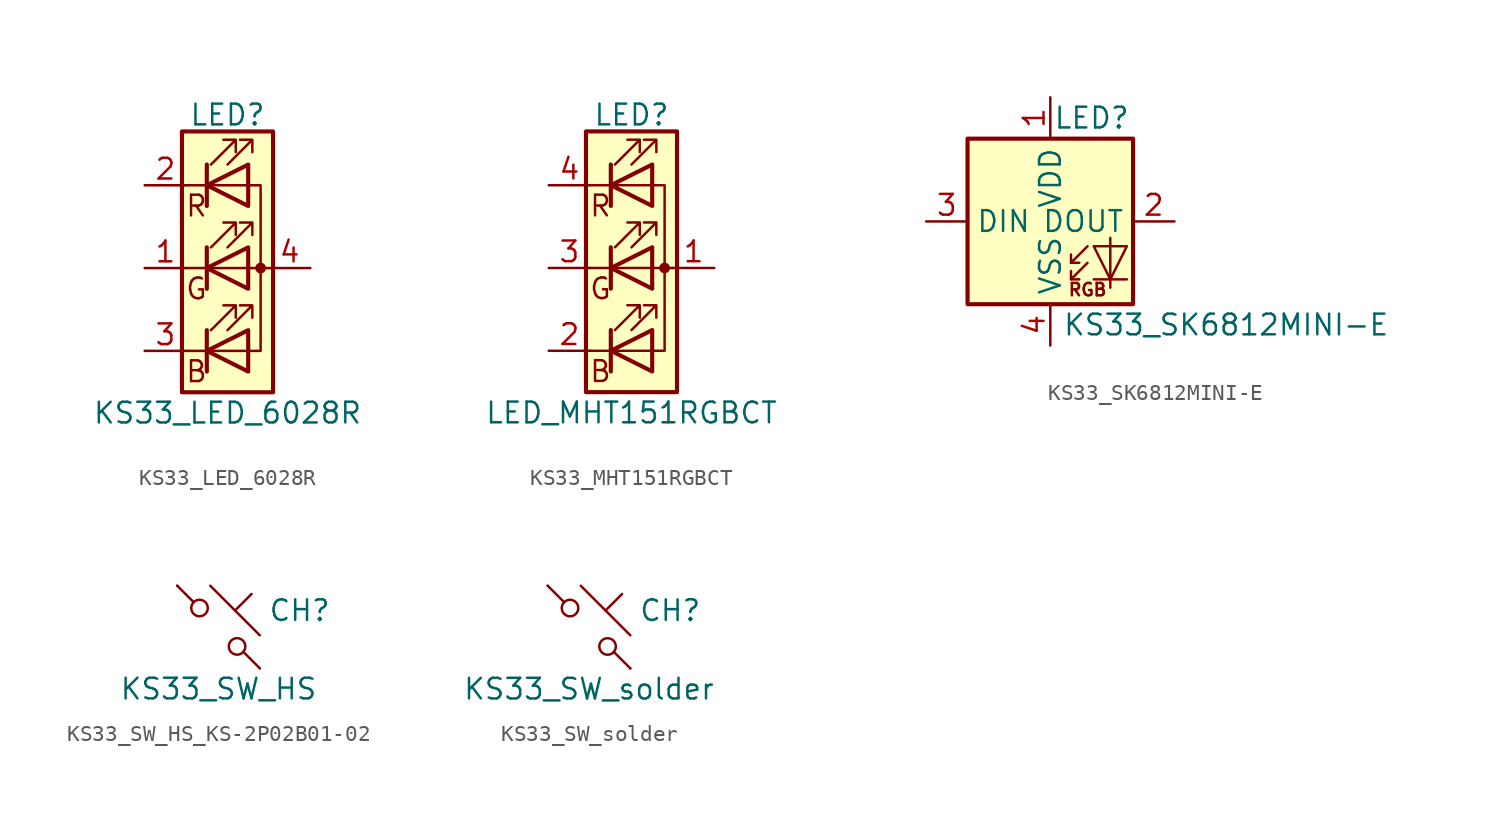
<source format=kicad_sym>
(kicad_symbol_lib
  (version 20220914)
  (generator kicad_symbol_editor)
  (symbol "KS33_LED_6028R"
    (pin_names
      (offset 0) hide)
    (property "Reference" "LED"
      (at 0 9.398 0)
      (effects (font (size 1.27 1.27))))
    (property "Value" "KS33_LED_6028R"
      (at 0 -8.89 0)
      (effects (font (size 1.27 1.27))))
    (symbol "KS33_LED_6028R_0_0"
      (text "B" (at -1.905 -6.35 0) (effects (font (size 1.27 1.27))))
      (text "G" (at -1.905 -1.27 0) (effects (font (size 1.27 1.27))))
      (text "R" (at -1.905 3.81 0) (effects (font (size 1.27 1.27)))))
    (symbol "KS33_LED_6028R_0_1"
      (polyline (pts (xy -1.27 -5.08) (xy -2.54 -5.08)) (stroke (width 0) (type default)) (fill (type none)))
      (polyline (pts (xy -1.27 -5.08) (xy 1.27 -5.08)) (stroke (width 0) (type default)) (fill (type none)))
      (polyline (pts (xy -1.27 -3.81) (xy -1.27 -6.35)) (stroke (width 0.254) (type default)) (fill (type none)))
      (polyline (pts (xy -1.27 0) (xy -2.54 0)) (stroke (width 0) (type default)) (fill (type none)))
      (polyline (pts (xy -1.27 1.27) (xy -1.27 -1.27)) (stroke (width 0.254) (type default)) (fill (type none)))
      (polyline (pts (xy -1.27 5.08) (xy -2.54 5.08)) (stroke (width 0) (type default)) (fill (type none)))
      (polyline (pts (xy -1.27 5.08) (xy 1.27 5.08)) (stroke (width 0) (type default)) (fill (type none)))
      (polyline (pts (xy -1.27 6.35) (xy -1.27 3.81)) (stroke (width 0.254) (type default)) (fill (type none)))
      (polyline (pts (xy 1.27 0) (xy -1.27 0)) (stroke (width 0) (type default)) (fill (type none)))
      (polyline (pts (xy 1.27 0) (xy 2.54 0)) (stroke (width 0) (type default)) (fill (type none)))
      (polyline (pts (xy -1.27 1.27) (xy -1.27 -1.27) (xy -1.27 -1.27)) (stroke (width 0) (type default)) (fill (type none)))
      (polyline (pts (xy -1.27 6.35) (xy -1.27 3.81) (xy -1.27 3.81)) (stroke (width 0) (type default)) (fill (type none)))
      (polyline (pts (xy 1.27 -5.08) (xy 2.032 -5.08) (xy 2.032 5.08) (xy 1.27 5.08)) (stroke (width 0) (type default)) (fill (type none)))
      (polyline (pts (xy 1.27 -3.81) (xy 1.27 -6.35) (xy -1.27 -5.08) (xy 1.27 -3.81)) (stroke (width 0.254) (type default)) (fill (type none)))
      (polyline (pts (xy 1.27 1.27) (xy 1.27 -1.27) (xy -1.27 0) (xy 1.27 1.27)) (stroke (width 0.254) (type default)) (fill (type none)))
      (polyline (pts (xy 1.27 6.35) (xy 1.27 3.81) (xy -1.27 5.08) (xy 1.27 6.35)) (stroke (width 0.254) (type default)) (fill (type none)))
      (polyline (pts (xy -1.016 -3.81) (xy 0.508 -2.286) (xy -0.254 -2.286) (xy 0.508 -2.286) (xy 0.508 -3.048)) (stroke (width 0) (type default)) (fill (type none)))
      (polyline (pts (xy -1.016 1.27) (xy 0.508 2.794) (xy -0.254 2.794) (xy 0.508 2.794) (xy 0.508 2.032)) (stroke (width 0) (type default)) (fill (type none)))
      (polyline (pts (xy -1.016 6.35) (xy 0.508 7.874) (xy -0.254 7.874) (xy 0.508 7.874) (xy 0.508 7.112)) (stroke (width 0) (type default)) (fill (type none)))
      (polyline (pts (xy 0 -3.81) (xy 1.524 -2.286) (xy 0.762 -2.286) (xy 1.524 -2.286) (xy 1.524 -3.048)) (stroke (width 0) (type default)) (fill (type none)))
      (polyline (pts (xy 0 1.27) (xy 1.524 2.794) (xy 0.762 2.794) (xy 1.524 2.794) (xy 1.524 2.032)) (stroke (width 0) (type default)) (fill (type none)))
      (polyline (pts (xy 0 6.35) (xy 1.524 7.874) (xy 0.762 7.874) (xy 1.524 7.874) (xy 1.524 7.112)) (stroke (width 0) (type default)) (fill (type none)))
      (rectangle (start 1.27 -1.27) (end 1.27 1.27) (stroke (width 0) (type default)) (fill (type none)))
      (rectangle (start 1.27 1.27) (end 1.27 1.27) (stroke (width 0) (type default)) (fill (type none)))
      (rectangle (start 1.27 3.81) (end 1.27 6.35) (stroke (width 0) (type default)) (fill (type none)))
      (rectangle (start 1.27 6.35) (end 1.27 6.35) (stroke (width 0) (type default)) (fill (type none)))
      (circle (center 2.032 0) (radius 0.254) (stroke (width 0) (type default)) (fill (type outline)))
      (rectangle (start 2.794 8.382) (end -2.794 -7.62) (stroke (width 0.254) (type default)) (fill (type background))))
    (symbol "KS33_LED_6028R_1_1"
      (pin passive line (at -5.08 0 0) (length 2.54) (name "GK" (effects (font (size 1.27 1.27)))) (number "1" (effects (font (size 1.27 1.27)))))
      (pin passive line (at -5.08 5.08 0) (length 2.54) (name "RK" (effects (font (size 1.27 1.27)))) (number "2" (effects (font (size 1.27 1.27)))))
      (pin passive line (at -5.08 -5.08 0) (length 2.54) (name "BK" (effects (font (size 1.27 1.27)))) (number "3" (effects (font (size 1.27 1.27)))))
      (pin passive line (at 5.08 0 180) (length 2.54) (name "A" (effects (font (size 1.27 1.27)))) (number "4" (effects (font (size 1.27 1.27)))))))
  (symbol "KS33_MHT151RGBCT"
    (pin_names
      (offset 0) hide)
    (property "Reference" "LED"
      (at 0 9.398 0)
      (effects (font (size 1.27 1.27))))
    (property "Value" "LED_MHT151RGBCT"
      (at 0 -8.89 0)
      (effects (font (size 1.27 1.27))))
    (symbol "KS33_MHT151RGBCT_0_0"
      (text "B" (at -1.905 -6.35 0) (effects (font (size 1.27 1.27))))
      (text "G" (at -1.905 -1.27 0) (effects (font (size 1.27 1.27))))
      (text "R" (at -1.905 3.81 0) (effects (font (size 1.27 1.27)))))
    (symbol "KS33_MHT151RGBCT_0_1"
      (polyline (pts (xy -1.27 -5.08) (xy -2.54 -5.08)) (stroke (width 0) (type default)) (fill (type none)))
      (polyline (pts (xy -1.27 -5.08) (xy 1.27 -5.08)) (stroke (width 0) (type default)) (fill (type none)))
      (polyline (pts (xy -1.27 -3.81) (xy -1.27 -6.35)) (stroke (width 0.254) (type default)) (fill (type none)))
      (polyline (pts (xy -1.27 0) (xy -2.54 0)) (stroke (width 0) (type default)) (fill (type none)))
      (polyline (pts (xy -1.27 1.27) (xy -1.27 -1.27)) (stroke (width 0.254) (type default)) (fill (type none)))
      (polyline (pts (xy -1.27 5.08) (xy -2.54 5.08)) (stroke (width 0) (type default)) (fill (type none)))
      (polyline (pts (xy -1.27 5.08) (xy 1.27 5.08)) (stroke (width 0) (type default)) (fill (type none)))
      (polyline (pts (xy -1.27 6.35) (xy -1.27 3.81)) (stroke (width 0.254) (type default)) (fill (type none)))
      (polyline (pts (xy 1.27 0) (xy -1.27 0)) (stroke (width 0) (type default)) (fill (type none)))
      (polyline (pts (xy 1.27 0) (xy 2.54 0)) (stroke (width 0) (type default)) (fill (type none)))
      (polyline (pts (xy -1.27 1.27) (xy -1.27 -1.27) (xy -1.27 -1.27)) (stroke (width 0) (type default)) (fill (type none)))
      (polyline (pts (xy -1.27 6.35) (xy -1.27 3.81) (xy -1.27 3.81)) (stroke (width 0) (type default)) (fill (type none)))
      (polyline (pts (xy 1.27 -5.08) (xy 2.032 -5.08) (xy 2.032 5.08) (xy 1.27 5.08)) (stroke (width 0) (type default)) (fill (type none)))
      (polyline (pts (xy 1.27 -3.81) (xy 1.27 -6.35) (xy -1.27 -5.08) (xy 1.27 -3.81)) (stroke (width 0.254) (type default)) (fill (type none)))
      (polyline (pts (xy 1.27 1.27) (xy 1.27 -1.27) (xy -1.27 0) (xy 1.27 1.27)) (stroke (width 0.254) (type default)) (fill (type none)))
      (polyline (pts (xy 1.27 6.35) (xy 1.27 3.81) (xy -1.27 5.08) (xy 1.27 6.35)) (stroke (width 0.254) (type default)) (fill (type none)))
      (polyline (pts (xy -1.016 -3.81) (xy 0.508 -2.286) (xy -0.254 -2.286) (xy 0.508 -2.286) (xy 0.508 -3.048)) (stroke (width 0) (type default)) (fill (type none)))
      (polyline (pts (xy -1.016 1.27) (xy 0.508 2.794) (xy -0.254 2.794) (xy 0.508 2.794) (xy 0.508 2.032)) (stroke (width 0) (type default)) (fill (type none)))
      (polyline (pts (xy -1.016 6.35) (xy 0.508 7.874) (xy -0.254 7.874) (xy 0.508 7.874) (xy 0.508 7.112)) (stroke (width 0) (type default)) (fill (type none)))
      (polyline (pts (xy 0 -3.81) (xy 1.524 -2.286) (xy 0.762 -2.286) (xy 1.524 -2.286) (xy 1.524 -3.048)) (stroke (width 0) (type default)) (fill (type none)))
      (polyline (pts (xy 0 1.27) (xy 1.524 2.794) (xy 0.762 2.794) (xy 1.524 2.794) (xy 1.524 2.032)) (stroke (width 0) (type default)) (fill (type none)))
      (polyline (pts (xy 0 6.35) (xy 1.524 7.874) (xy 0.762 7.874) (xy 1.524 7.874) (xy 1.524 7.112)) (stroke (width 0) (type default)) (fill (type none)))
      (rectangle (start 1.27 -1.27) (end 1.27 1.27) (stroke (width 0) (type default)) (fill (type none)))
      (rectangle (start 1.27 1.27) (end 1.27 1.27) (stroke (width 0) (type default)) (fill (type none)))
      (rectangle (start 1.27 3.81) (end 1.27 6.35) (stroke (width 0) (type default)) (fill (type none)))
      (rectangle (start 1.27 6.35) (end 1.27 6.35) (stroke (width 0) (type default)) (fill (type none)))
      (circle (center 2.032 0) (radius 0.254) (stroke (width 0) (type default)) (fill (type outline)))
      (rectangle (start 2.794 8.382) (end -2.794 -7.62) (stroke (width 0.254) (type default)) (fill (type background))))
    (symbol "KS33_MHT151RGBCT_1_1"
      (pin passive line (at 5.08 0 180) (length 2.54) (name "A" (effects (font (size 1.27 1.27)))) (number "1" (effects (font (size 1.27 1.27)))))
      (pin passive line (at -5.08 -5.08 0) (length 2.54) (name "BK" (effects (font (size 1.27 1.27)))) (number "2" (effects (font (size 1.27 1.27)))))
      (pin passive line (at -5.08 0 0) (length 2.54) (name "GK" (effects (font (size 1.27 1.27)))) (number "3" (effects (font (size 1.27 1.27)))))
      (pin passive line (at -5.08 5.08 0) (length 2.54) (name "RK" (effects (font (size 1.27 1.27)))) (number "4" (effects (font (size 1.27 1.27)))))))
  (symbol "KS33_SK6812MINI-E"
    (property "Reference" "LED"
      (at 2.54 6.35 0)
      (effects (font (size 1.27 1.27))))
    (property "Value" "KS33_SK6812MINI-E"
      (at 10.795 -6.35 0)
      (effects (font (size 1.27 1.27))))
    (symbol "KS33_SK6812MINI-E_0_0"
      (text "RGB" (at 2.286 -4.191 0) (effects (font (size 0.762 0.762)))))
    (symbol "KS33_SK6812MINI-E_0_1"
      (rectangle (start -5.08 5.08) (end 5.08 -5.08) (stroke (width 0.254) (type default)) (fill (type background)))
      (polyline (pts (xy 1.27 -3.556) (xy 1.778 -3.556)) (stroke (width 0) (type default)) (fill (type none)))
      (polyline (pts (xy 1.27 -2.54) (xy 1.778 -2.54)) (stroke (width 0) (type default)) (fill (type none)))
      (polyline (pts (xy 4.699 -3.556) (xy 2.667 -3.556)) (stroke (width 0) (type default)) (fill (type none)))
      (polyline (pts (xy 2.286 -2.54) (xy 1.27 -3.556) (xy 1.27 -3.048)) (stroke (width 0) (type default)) (fill (type none)))
      (polyline (pts (xy 2.286 -1.524) (xy 1.27 -2.54) (xy 1.27 -2.032)) (stroke (width 0) (type default)) (fill (type none)))
      (polyline (pts (xy 3.683 -1.016) (xy 3.683 -3.556) (xy 3.683 -4.064)) (stroke (width 0) (type default)) (fill (type none)))
      (polyline (pts (xy 4.699 -1.524) (xy 2.667 -1.524) (xy 3.683 -3.556) (xy 4.699 -1.524)) (stroke (width 0) (type default)) (fill (type none))))
    (symbol "KS33_SK6812MINI-E_1_1"
      (pin power_in line (at 0 7.62 270) (length 2.54) (name "VDD" (effects (font (size 1.27 1.27)))) (number "1" (effects (font (size 1.27 1.27)))))
      (pin output line (at 7.62 0 180) (length 2.54) (name "DOUT" (effects (font (size 1.27 1.27)))) (number "2" (effects (font (size 1.27 1.27)))))
      (pin input line (at -7.62 0 0) (length 2.54) (name "DIN" (effects (font (size 1.27 1.27)))) (number "3" (effects (font (size 1.27 1.27)))))
      (pin power_in line (at 0 -7.62 90) (length 2.54) (name "VSS" (effects (font (size 1.27 1.27)))) (number "4" (effects (font (size 1.27 1.27)))))))
  (symbol "KS33_SW_HS_KS-2P02B01-02"
    (pin_numbers hide)
    (pin_names
      (offset 1.016) hide)
    (property "Reference" "CH"
      (at 3.048 1.016 0)
      (effects (font (size 1.27 1.27)) (justify left)))
    (property "Value" "KS33_SW_HS"
      (at 0 -3.81 0)
      (effects (font (size 1.27 1.27))))
    (symbol "KS33_SW_HS_KS-2P02B01-02_0_1"
      (circle (center -1.168 1.168) (radius 0.508) (stroke (width 0) (type default)) (fill (type none)))
      (polyline (pts (xy -0.508 2.54) (xy 2.54 -0.508)) (stroke (width 0) (type default)) (fill (type none)))
      (polyline (pts (xy 1.016 1.016) (xy 2.032 2.032)) (stroke (width 0) (type default)) (fill (type none)))
      (polyline (pts (xy -2.54 2.54) (xy -1.524 1.524) (xy -1.524 1.524)) (stroke (width 0) (type default)) (fill (type none)))
      (polyline (pts (xy 1.524 -1.524) (xy 2.54 -2.54) (xy 2.54 -2.54) (xy 2.54 -2.54)) (stroke (width 0) (type default)) (fill (type none)))
      (circle (center 1.143 -1.194) (radius 0.508) (stroke (width 0) (type default)) (fill (type none)))
      (pin passive line (at -2.54 2.54 0) (length 0) (name "1" (effects (font (size 1.27 1.27)))) (number "1" (effects (font (size 1.27 1.27)))))
      (pin passive line (at 2.54 -2.54 180) (length 0) (name "2" (effects (font (size 1.27 1.27)))) (number "2" (effects (font (size 1.27 1.27)))))))
  (symbol "KS33_SW_solder"
    (pin_numbers hide)
    (pin_names
      (offset 1.016) hide)
    (property "Reference" "CH"
      (at 3.048 1.016 0)
      (effects (font (size 1.27 1.27)) (justify left)))
    (property "Value" "KS33_SW_solder"
      (at 0 -3.81 0)
      (effects (font (size 1.27 1.27))))
    (symbol "KS33_SW_solder_0_1"
      (circle (center -1.168 1.168) (radius 0.508) (stroke (width 0) (type default)) (fill (type none)))
      (polyline (pts (xy -0.508 2.54) (xy 2.54 -0.508)) (stroke (width 0) (type default)) (fill (type none)))
      (polyline (pts (xy 1.016 1.016) (xy 2.032 2.032)) (stroke (width 0) (type default)) (fill (type none)))
      (polyline (pts (xy -2.54 2.54) (xy -1.524 1.524) (xy -1.524 1.524)) (stroke (width 0) (type default)) (fill (type none)))
      (polyline (pts (xy 1.524 -1.524) (xy 2.54 -2.54) (xy 2.54 -2.54) (xy 2.54 -2.54)) (stroke (width 0) (type default)) (fill (type none)))
      (circle (center 1.143 -1.194) (radius 0.508) (stroke (width 0) (type default)) (fill (type none)))
      (pin passive line (at -2.54 2.54 0) (length 0) (name "1" (effects (font (size 1.27 1.27)))) (number "1" (effects (font (size 1.27 1.27)))))
      (pin passive line (at 2.54 -2.54 180) (length 0) (name "2" (effects (font (size 1.27 1.27)))) (number "2" (effects (font (size 1.27 1.27))))))))
</source>
